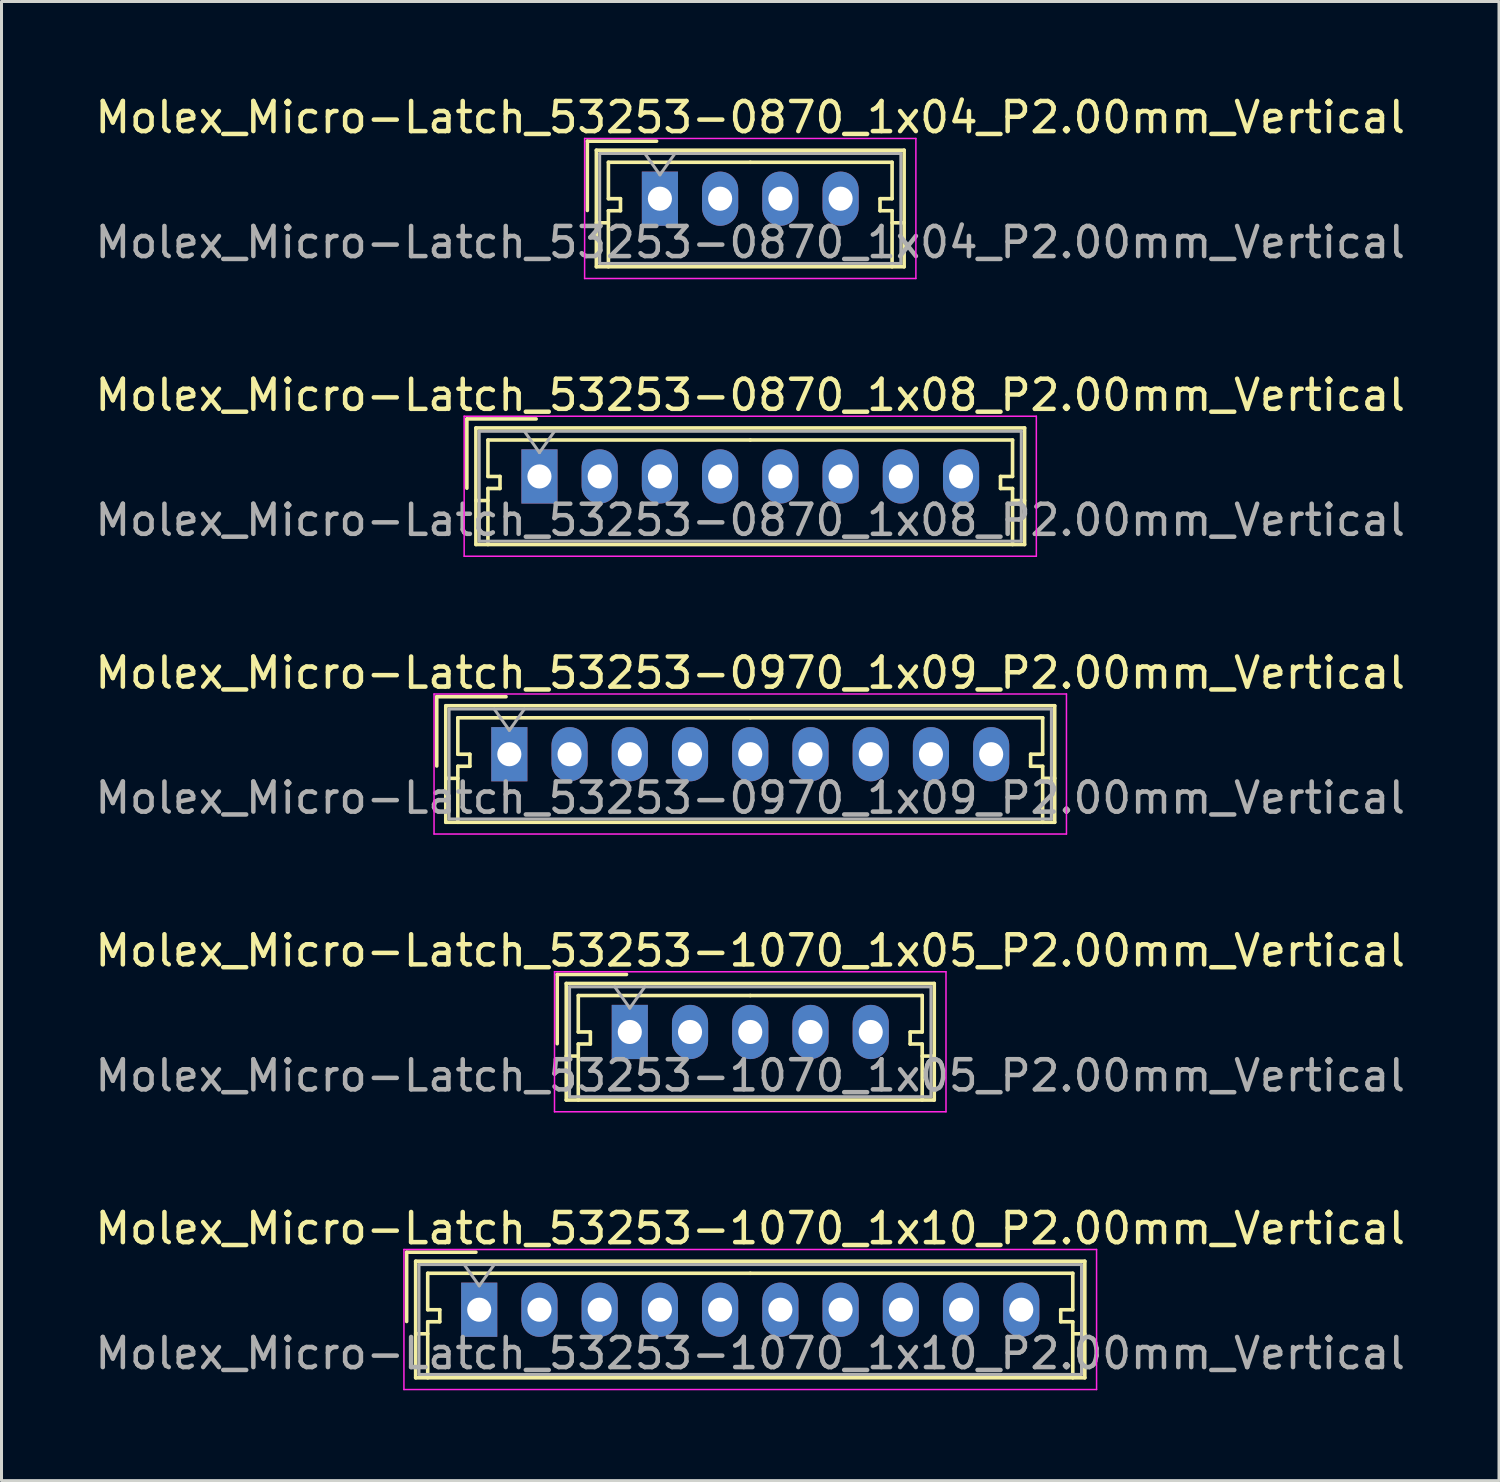
<source format=kicad_pcb>
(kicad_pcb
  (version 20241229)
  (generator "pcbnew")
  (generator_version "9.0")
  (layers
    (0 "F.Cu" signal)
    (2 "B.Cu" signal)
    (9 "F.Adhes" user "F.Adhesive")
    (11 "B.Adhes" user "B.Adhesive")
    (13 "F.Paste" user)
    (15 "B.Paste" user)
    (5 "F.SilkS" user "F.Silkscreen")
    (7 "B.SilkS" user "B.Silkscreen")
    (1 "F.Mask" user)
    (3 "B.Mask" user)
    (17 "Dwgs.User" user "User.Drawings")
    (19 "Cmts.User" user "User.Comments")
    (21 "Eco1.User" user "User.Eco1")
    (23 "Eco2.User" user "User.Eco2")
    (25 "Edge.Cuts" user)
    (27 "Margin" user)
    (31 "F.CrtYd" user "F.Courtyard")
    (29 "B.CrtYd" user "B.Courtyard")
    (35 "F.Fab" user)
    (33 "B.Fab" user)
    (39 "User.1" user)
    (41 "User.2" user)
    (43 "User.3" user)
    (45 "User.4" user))
  (footprint "Molex_Micro-Latch_53253-0970_1x09_P2.00mm_Vertical"
    (layer "F.Cu")
    (at 13.863 21.995)
    (property "Reference" "Molex_Micro-Latch_53253-0970_1x09_P2.00mm_Vertical" (at 8 -2.7 0) (layer "F.SilkS") (effects (font (size 1 1) (thickness 0.15))))
    (attr through_hole)
    (fp_line (start -2.41 -1.91) (end -2.41 0.39) (stroke (width 0.12) (type solid)) (layer "F.SilkS"))
    (fp_line (start -2.11 -1.61) (end -2.11 2.26) (stroke (width 0.12) (type solid)) (layer "F.SilkS"))
    (fp_line (start -2.11 0.8) (end -1.71 0.8) (stroke (width 0.12) (type solid)) (layer "F.SilkS"))
    (fp_line (start -2.11 2.26) (end 18.11 2.26) (stroke (width 0.12) (type solid)) (layer "F.SilkS"))
    (fp_line (start -1.71 -1.21) (end -1.71 0) (stroke (width 0.12) (type solid)) (layer "F.SilkS"))
    (fp_line (start -1.71 0) (end -1.31 0) (stroke (width 0.12) (type solid)) (layer "F.SilkS"))
    (fp_line (start -1.71 0.4) (end -1.71 2.26) (stroke (width 0.12) (type solid)) (layer "F.SilkS"))
    (fp_line (start -1.31 0) (end -1.31 0.4) (stroke (width 0.12) (type solid)) (layer "F.SilkS"))
    (fp_line (start -1.31 0.4) (end -1.71 0.4) (stroke (width 0.12) (type solid)) (layer "F.SilkS"))
    (fp_line (start -0.11 -1.91) (end -2.41 -1.91) (stroke (width 0.12) (type solid)) (layer "F.SilkS"))
    (fp_line (start 8 -1.21) (end -1.71 -1.21) (stroke (width 0.12) (type solid)) (layer "F.SilkS"))
    (fp_line (start 8 -1.21) (end 17.71 -1.21) (stroke (width 0.12) (type solid)) (layer "F.SilkS"))
    (fp_line (start 17.31 0) (end 17.31 0.4) (stroke (width 0.12) (type solid)) (layer "F.SilkS"))
    (fp_line (start 17.31 0.4) (end 17.71 0.4) (stroke (width 0.12) (type solid)) (layer "F.SilkS"))
    (fp_line (start 17.71 -1.21) (end 17.71 0) (stroke (width 0.12) (type solid)) (layer "F.SilkS"))
    (fp_line (start 17.71 0) (end 17.31 0) (stroke (width 0.12) (type solid)) (layer "F.SilkS"))
    (fp_line (start 17.71 0.4) (end 17.71 2.26) (stroke (width 0.12) (type solid)) (layer "F.SilkS"))
    (fp_line (start 18.11 -1.61) (end -2.11 -1.61) (stroke (width 0.12) (type solid)) (layer "F.SilkS"))
    (fp_line (start 18.11 0.8) (end 17.71 0.8) (stroke (width 0.12) (type solid)) (layer "F.SilkS"))
    (fp_line (start 18.11 2.26) (end 18.11 -1.61) (stroke (width 0.12) (type solid)) (layer "F.SilkS"))
    (fp_line (start -2.5 -2) (end -2.5 2.65) (stroke (width 0.05) (type solid)) (layer "F.CrtYd"))
    (fp_line (start -2.5 2.65) (end 18.5 2.65) (stroke (width 0.05) (type solid)) (layer "F.CrtYd"))
    (fp_line (start 18.5 -2) (end -2.5 -2) (stroke (width 0.05) (type solid)) (layer "F.CrtYd"))
    (fp_line (start 18.5 2.65) (end 18.5 -2) (stroke (width 0.05) (type solid)) (layer "F.CrtYd"))
    (fp_line (start -2 -1.5) (end -2 2.15) (stroke (width 0.1) (type solid)) (layer "F.Fab"))
    (fp_line (start -2 2.15) (end 18 2.15) (stroke (width 0.1) (type solid)) (layer "F.Fab"))
    (fp_line (start -0.5 -1.5) (end 0 -0.793) (stroke (width 0.1) (type solid)) (layer "F.Fab"))
    (fp_line (start 0 -0.793) (end 0.5 -1.5) (stroke (width 0.1) (type solid)) (layer "F.Fab"))
    (fp_line (start 18 -1.5) (end -2 -1.5) (stroke (width 0.1) (type solid)) (layer "F.Fab"))
    (fp_line (start 18 2.15) (end 18 -1.5) (stroke (width 0.1) (type solid)) (layer "F.Fab"))
    (fp_text user "${REFERENCE}" (at 8 1.45 0) (layer "F.Fab") (effects (font (size 1 1) (thickness 0.15))))
    (pad "1" thru_hole rect (at 0 0) (size 1.2 1.8) (drill 0.8) (layers "*.Cu" "*.Mask"))
    (pad "2" thru_hole oval (at 2 0) (size 1.2 1.8) (drill 0.8) (layers "*.Cu" "*.Mask"))
    (pad "3" thru_hole oval (at 4 0) (size 1.2 1.8) (drill 0.8) (layers "*.Cu" "*.Mask"))
    (pad "4" thru_hole oval (at 6 0) (size 1.2 1.8) (drill 0.8) (layers "*.Cu" "*.Mask"))
    (pad "5" thru_hole oval (at 8 0) (size 1.2 1.8) (drill 0.8) (layers "*.Cu" "*.Mask"))
    (pad "6" thru_hole oval (at 10 0) (size 1.2 1.8) (drill 0.8) (layers "*.Cu" "*.Mask"))
    (pad "7" thru_hole oval (at 12 0) (size 1.2 1.8) (drill 0.8) (layers "*.Cu" "*.Mask"))
    (pad "8" thru_hole oval (at 14 0) (size 1.2 1.8) (drill 0.8) (layers "*.Cu" "*.Mask"))
    (pad "9" thru_hole oval (at 16 0) (size 1.2 1.8) (drill 0.8) (layers "*.Cu" "*.Mask")))
  (footprint "Molex_Micro-Latch_53253-0870_1x04_P2.00mm_Vertical"
    (layer "F.Cu")
    (at 18.863 3.548)
    (property "Reference" "Molex_Micro-Latch_53253-0870_1x04_P2.00mm_Vertical" (at 3 -2.7 0) (layer "F.SilkS") (effects (font (size 1 1) (thickness 0.15))))
    (attr through_hole)
    (fp_line (start -2.41 -1.91) (end -2.41 0.39) (stroke (width 0.12) (type solid)) (layer "F.SilkS"))
    (fp_line (start -2.11 -1.61) (end -2.11 2.26) (stroke (width 0.12) (type solid)) (layer "F.SilkS"))
    (fp_line (start -2.11 0.8) (end -1.71 0.8) (stroke (width 0.12) (type solid)) (layer "F.SilkS"))
    (fp_line (start -2.11 2.26) (end 8.11 2.26) (stroke (width 0.12) (type solid)) (layer "F.SilkS"))
    (fp_line (start -1.71 -1.21) (end -1.71 0) (stroke (width 0.12) (type solid)) (layer "F.SilkS"))
    (fp_line (start -1.71 0) (end -1.31 0) (stroke (width 0.12) (type solid)) (layer "F.SilkS"))
    (fp_line (start -1.71 0.4) (end -1.71 2.26) (stroke (width 0.12) (type solid)) (layer "F.SilkS"))
    (fp_line (start -1.31 0) (end -1.31 0.4) (stroke (width 0.12) (type solid)) (layer "F.SilkS"))
    (fp_line (start -1.31 0.4) (end -1.71 0.4) (stroke (width 0.12) (type solid)) (layer "F.SilkS"))
    (fp_line (start -0.11 -1.91) (end -2.41 -1.91) (stroke (width 0.12) (type solid)) (layer "F.SilkS"))
    (fp_line (start 3 -1.21) (end -1.71 -1.21) (stroke (width 0.12) (type solid)) (layer "F.SilkS"))
    (fp_line (start 3 -1.21) (end 7.71 -1.21) (stroke (width 0.12) (type solid)) (layer "F.SilkS"))
    (fp_line (start 7.31 0) (end 7.31 0.4) (stroke (width 0.12) (type solid)) (layer "F.SilkS"))
    (fp_line (start 7.31 0.4) (end 7.71 0.4) (stroke (width 0.12) (type solid)) (layer "F.SilkS"))
    (fp_line (start 7.71 -1.21) (end 7.71 0) (stroke (width 0.12) (type solid)) (layer "F.SilkS"))
    (fp_line (start 7.71 0) (end 7.31 0) (stroke (width 0.12) (type solid)) (layer "F.SilkS"))
    (fp_line (start 7.71 0.4) (end 7.71 2.26) (stroke (width 0.12) (type solid)) (layer "F.SilkS"))
    (fp_line (start 8.11 -1.61) (end -2.11 -1.61) (stroke (width 0.12) (type solid)) (layer "F.SilkS"))
    (fp_line (start 8.11 0.8) (end 7.71 0.8) (stroke (width 0.12) (type solid)) (layer "F.SilkS"))
    (fp_line (start 8.11 2.26) (end 8.11 -1.61) (stroke (width 0.12) (type solid)) (layer "F.SilkS"))
    (fp_line (start -2.5 -2) (end -2.5 2.65) (stroke (width 0.05) (type solid)) (layer "F.CrtYd"))
    (fp_line (start -2.5 2.65) (end 8.5 2.65) (stroke (width 0.05) (type solid)) (layer "F.CrtYd"))
    (fp_line (start 8.5 -2) (end -2.5 -2) (stroke (width 0.05) (type solid)) (layer "F.CrtYd"))
    (fp_line (start 8.5 2.65) (end 8.5 -2) (stroke (width 0.05) (type solid)) (layer "F.CrtYd"))
    (fp_line (start -2 -1.5) (end -2 2.15) (stroke (width 0.1) (type solid)) (layer "F.Fab"))
    (fp_line (start -2 2.15) (end 8 2.15) (stroke (width 0.1) (type solid)) (layer "F.Fab"))
    (fp_line (start -0.5 -1.5) (end 0 -0.793) (stroke (width 0.1) (type solid)) (layer "F.Fab"))
    (fp_line (start 0 -0.793) (end 0.5 -1.5) (stroke (width 0.1) (type solid)) (layer "F.Fab"))
    (fp_line (start 8 -1.5) (end -2 -1.5) (stroke (width 0.1) (type solid)) (layer "F.Fab"))
    (fp_line (start 8 2.15) (end 8 -1.5) (stroke (width 0.1) (type solid)) (layer "F.Fab"))
    (fp_text user "${REFERENCE}" (at 3 1.45 0) (layer "F.Fab") (effects (font (size 1 1) (thickness 0.15))))
    (pad "1" thru_hole rect (at 0 0) (size 1.2 1.8) (drill 0.8) (layers "*.Cu" "*.Mask"))
    (pad "2" thru_hole oval (at 2 0) (size 1.2 1.8) (drill 0.8) (layers "*.Cu" "*.Mask"))
    (pad "3" thru_hole oval (at 4 0) (size 1.2 1.8) (drill 0.8) (layers "*.Cu" "*.Mask"))
    (pad "4" thru_hole oval (at 6 0) (size 1.2 1.8) (drill 0.8) (layers "*.Cu" "*.Mask")))
  (footprint "Molex_Micro-Latch_53253-0870_1x08_P2.00mm_Vertical"
    (layer "F.Cu")
    (at 14.863 12.771)
    (property "Reference" "Molex_Micro-Latch_53253-0870_1x08_P2.00mm_Vertical" (at 7 -2.7 0) (layer "F.SilkS") (effects (font (size 1 1) (thickness 0.15))))
    (attr through_hole)
    (fp_line (start -2.41 -1.91) (end -2.41 0.39) (stroke (width 0.12) (type solid)) (layer "F.SilkS"))
    (fp_line (start -2.11 -1.61) (end -2.11 2.26) (stroke (width 0.12) (type solid)) (layer "F.SilkS"))
    (fp_line (start -2.11 0.8) (end -1.71 0.8) (stroke (width 0.12) (type solid)) (layer "F.SilkS"))
    (fp_line (start -2.11 2.26) (end 16.11 2.26) (stroke (width 0.12) (type solid)) (layer "F.SilkS"))
    (fp_line (start -1.71 -1.21) (end -1.71 0) (stroke (width 0.12) (type solid)) (layer "F.SilkS"))
    (fp_line (start -1.71 0) (end -1.31 0) (stroke (width 0.12) (type solid)) (layer "F.SilkS"))
    (fp_line (start -1.71 0.4) (end -1.71 2.26) (stroke (width 0.12) (type solid)) (layer "F.SilkS"))
    (fp_line (start -1.31 0) (end -1.31 0.4) (stroke (width 0.12) (type solid)) (layer "F.SilkS"))
    (fp_line (start -1.31 0.4) (end -1.71 0.4) (stroke (width 0.12) (type solid)) (layer "F.SilkS"))
    (fp_line (start -0.11 -1.91) (end -2.41 -1.91) (stroke (width 0.12) (type solid)) (layer "F.SilkS"))
    (fp_line (start 7 -1.21) (end -1.71 -1.21) (stroke (width 0.12) (type solid)) (layer "F.SilkS"))
    (fp_line (start 7 -1.21) (end 15.71 -1.21) (stroke (width 0.12) (type solid)) (layer "F.SilkS"))
    (fp_line (start 15.31 0) (end 15.31 0.4) (stroke (width 0.12) (type solid)) (layer "F.SilkS"))
    (fp_line (start 15.31 0.4) (end 15.71 0.4) (stroke (width 0.12) (type solid)) (layer "F.SilkS"))
    (fp_line (start 15.71 -1.21) (end 15.71 0) (stroke (width 0.12) (type solid)) (layer "F.SilkS"))
    (fp_line (start 15.71 0) (end 15.31 0) (stroke (width 0.12) (type solid)) (layer "F.SilkS"))
    (fp_line (start 15.71 0.4) (end 15.71 2.26) (stroke (width 0.12) (type solid)) (layer "F.SilkS"))
    (fp_line (start 16.11 -1.61) (end -2.11 -1.61) (stroke (width 0.12) (type solid)) (layer "F.SilkS"))
    (fp_line (start 16.11 0.8) (end 15.71 0.8) (stroke (width 0.12) (type solid)) (layer "F.SilkS"))
    (fp_line (start 16.11 2.26) (end 16.11 -1.61) (stroke (width 0.12) (type solid)) (layer "F.SilkS"))
    (fp_line (start -2.5 -2) (end -2.5 2.65) (stroke (width 0.05) (type solid)) (layer "F.CrtYd"))
    (fp_line (start -2.5 2.65) (end 16.5 2.65) (stroke (width 0.05) (type solid)) (layer "F.CrtYd"))
    (fp_line (start 16.5 -2) (end -2.5 -2) (stroke (width 0.05) (type solid)) (layer "F.CrtYd"))
    (fp_line (start 16.5 2.65) (end 16.5 -2) (stroke (width 0.05) (type solid)) (layer "F.CrtYd"))
    (fp_line (start -2 -1.5) (end -2 2.15) (stroke (width 0.1) (type solid)) (layer "F.Fab"))
    (fp_line (start -2 2.15) (end 16 2.15) (stroke (width 0.1) (type solid)) (layer "F.Fab"))
    (fp_line (start -0.5 -1.5) (end 0 -0.793) (stroke (width 0.1) (type solid)) (layer "F.Fab"))
    (fp_line (start 0 -0.793) (end 0.5 -1.5) (stroke (width 0.1) (type solid)) (layer "F.Fab"))
    (fp_line (start 16 -1.5) (end -2 -1.5) (stroke (width 0.1) (type solid)) (layer "F.Fab"))
    (fp_line (start 16 2.15) (end 16 -1.5) (stroke (width 0.1) (type solid)) (layer "F.Fab"))
    (fp_text user "${REFERENCE}" (at 7 1.45 0) (layer "F.Fab") (effects (font (size 1 1) (thickness 0.15))))
    (pad "1" thru_hole rect (at 0 0) (size 1.2 1.8) (drill 0.8) (layers "*.Cu" "*.Mask"))
    (pad "2" thru_hole oval (at 2 0) (size 1.2 1.8) (drill 0.8) (layers "*.Cu" "*.Mask"))
    (pad "3" thru_hole oval (at 4 0) (size 1.2 1.8) (drill 0.8) (layers "*.Cu" "*.Mask"))
    (pad "4" thru_hole oval (at 6 0) (size 1.2 1.8) (drill 0.8) (layers "*.Cu" "*.Mask"))
    (pad "5" thru_hole oval (at 8 0) (size 1.2 1.8) (drill 0.8) (layers "*.Cu" "*.Mask"))
    (pad "6" thru_hole oval (at 10 0) (size 1.2 1.8) (drill 0.8) (layers "*.Cu" "*.Mask"))
    (pad "7" thru_hole oval (at 12 0) (size 1.2 1.8) (drill 0.8) (layers "*.Cu" "*.Mask"))
    (pad "8" thru_hole oval (at 14 0) (size 1.2 1.8) (drill 0.8) (layers "*.Cu" "*.Mask")))
  (footprint "Molex_Micro-Latch_53253-1070_1x10_P2.00mm_Vertical"
    (layer "F.Cu")
    (at 12.863 40.441)
    (property "Reference" "Molex_Micro-Latch_53253-1070_1x10_P2.00mm_Vertical" (at 9 -2.7 0) (layer "F.SilkS") (effects (font (size 1 1) (thickness 0.15))))
    (attr through_hole)
    (fp_line (start -2.41 -1.91) (end -2.41 0.39) (stroke (width 0.12) (type solid)) (layer "F.SilkS"))
    (fp_line (start -2.11 -1.61) (end -2.11 2.26) (stroke (width 0.12) (type solid)) (layer "F.SilkS"))
    (fp_line (start -2.11 0.8) (end -1.71 0.8) (stroke (width 0.12) (type solid)) (layer "F.SilkS"))
    (fp_line (start -2.11 2.26) (end 20.11 2.26) (stroke (width 0.12) (type solid)) (layer "F.SilkS"))
    (fp_line (start -1.71 -1.21) (end -1.71 0) (stroke (width 0.12) (type solid)) (layer "F.SilkS"))
    (fp_line (start -1.71 0) (end -1.31 0) (stroke (width 0.12) (type solid)) (layer "F.SilkS"))
    (fp_line (start -1.71 0.4) (end -1.71 2.26) (stroke (width 0.12) (type solid)) (layer "F.SilkS"))
    (fp_line (start -1.31 0) (end -1.31 0.4) (stroke (width 0.12) (type solid)) (layer "F.SilkS"))
    (fp_line (start -1.31 0.4) (end -1.71 0.4) (stroke (width 0.12) (type solid)) (layer "F.SilkS"))
    (fp_line (start -0.11 -1.91) (end -2.41 -1.91) (stroke (width 0.12) (type solid)) (layer "F.SilkS"))
    (fp_line (start 9 -1.21) (end -1.71 -1.21) (stroke (width 0.12) (type solid)) (layer "F.SilkS"))
    (fp_line (start 9 -1.21) (end 19.71 -1.21) (stroke (width 0.12) (type solid)) (layer "F.SilkS"))
    (fp_line (start 19.31 0) (end 19.31 0.4) (stroke (width 0.12) (type solid)) (layer "F.SilkS"))
    (fp_line (start 19.31 0.4) (end 19.71 0.4) (stroke (width 0.12) (type solid)) (layer "F.SilkS"))
    (fp_line (start 19.71 -1.21) (end 19.71 0) (stroke (width 0.12) (type solid)) (layer "F.SilkS"))
    (fp_line (start 19.71 0) (end 19.31 0) (stroke (width 0.12) (type solid)) (layer "F.SilkS"))
    (fp_line (start 19.71 0.4) (end 19.71 2.26) (stroke (width 0.12) (type solid)) (layer "F.SilkS"))
    (fp_line (start 20.11 -1.61) (end -2.11 -1.61) (stroke (width 0.12) (type solid)) (layer "F.SilkS"))
    (fp_line (start 20.11 0.8) (end 19.71 0.8) (stroke (width 0.12) (type solid)) (layer "F.SilkS"))
    (fp_line (start 20.11 2.26) (end 20.11 -1.61) (stroke (width 0.12) (type solid)) (layer "F.SilkS"))
    (fp_line (start -2.5 -2) (end -2.5 2.65) (stroke (width 0.05) (type solid)) (layer "F.CrtYd"))
    (fp_line (start -2.5 2.65) (end 20.5 2.65) (stroke (width 0.05) (type solid)) (layer "F.CrtYd"))
    (fp_line (start 20.5 -2) (end -2.5 -2) (stroke (width 0.05) (type solid)) (layer "F.CrtYd"))
    (fp_line (start 20.5 2.65) (end 20.5 -2) (stroke (width 0.05) (type solid)) (layer "F.CrtYd"))
    (fp_line (start -2 -1.5) (end -2 2.15) (stroke (width 0.1) (type solid)) (layer "F.Fab"))
    (fp_line (start -2 2.15) (end 20 2.15) (stroke (width 0.1) (type solid)) (layer "F.Fab"))
    (fp_line (start -0.5 -1.5) (end 0 -0.793) (stroke (width 0.1) (type solid)) (layer "F.Fab"))
    (fp_line (start 0 -0.793) (end 0.5 -1.5) (stroke (width 0.1) (type solid)) (layer "F.Fab"))
    (fp_line (start 20 -1.5) (end -2 -1.5) (stroke (width 0.1) (type solid)) (layer "F.Fab"))
    (fp_line (start 20 2.15) (end 20 -1.5) (stroke (width 0.1) (type solid)) (layer "F.Fab"))
    (fp_text user "${REFERENCE}" (at 9 1.45 0) (layer "F.Fab") (effects (font (size 1 1) (thickness 0.15))))
    (pad "1" thru_hole rect (at 0 0) (size 1.2 1.8) (drill 0.8) (layers "*.Cu" "*.Mask"))
    (pad "2" thru_hole oval (at 2 0) (size 1.2 1.8) (drill 0.8) (layers "*.Cu" "*.Mask"))
    (pad "3" thru_hole oval (at 4 0) (size 1.2 1.8) (drill 0.8) (layers "*.Cu" "*.Mask"))
    (pad "4" thru_hole oval (at 6 0) (size 1.2 1.8) (drill 0.8) (layers "*.Cu" "*.Mask"))
    (pad "5" thru_hole oval (at 8 0) (size 1.2 1.8) (drill 0.8) (layers "*.Cu" "*.Mask"))
    (pad "6" thru_hole oval (at 10 0) (size 1.2 1.8) (drill 0.8) (layers "*.Cu" "*.Mask"))
    (pad "7" thru_hole oval (at 12 0) (size 1.2 1.8) (drill 0.8) (layers "*.Cu" "*.Mask"))
    (pad "8" thru_hole oval (at 14 0) (size 1.2 1.8) (drill 0.8) (layers "*.Cu" "*.Mask"))
    (pad "9" thru_hole oval (at 16 0) (size 1.2 1.8) (drill 0.8) (layers "*.Cu" "*.Mask"))
    (pad "10" thru_hole oval (at 18 0) (size 1.2 1.8) (drill 0.8) (layers "*.Cu" "*.Mask")))
  (footprint "Molex_Micro-Latch_53253-1070_1x05_P2.00mm_Vertical"
    (layer "F.Cu")
    (at 17.863 31.218)
    (property "Reference" "Molex_Micro-Latch_53253-1070_1x05_P2.00mm_Vertical" (at 4 -2.7 0) (layer "F.SilkS") (effects (font (size 1 1) (thickness 0.15))))
    (attr through_hole)
    (fp_line (start -2.41 -1.91) (end -2.41 0.39) (stroke (width 0.12) (type solid)) (layer "F.SilkS"))
    (fp_line (start -2.11 -1.61) (end -2.11 2.26) (stroke (width 0.12) (type solid)) (layer "F.SilkS"))
    (fp_line (start -2.11 0.8) (end -1.71 0.8) (stroke (width 0.12) (type solid)) (layer "F.SilkS"))
    (fp_line (start -2.11 2.26) (end 10.11 2.26) (stroke (width 0.12) (type solid)) (layer "F.SilkS"))
    (fp_line (start -1.71 -1.21) (end -1.71 0) (stroke (width 0.12) (type solid)) (layer "F.SilkS"))
    (fp_line (start -1.71 0) (end -1.31 0) (stroke (width 0.12) (type solid)) (layer "F.SilkS"))
    (fp_line (start -1.71 0.4) (end -1.71 2.26) (stroke (width 0.12) (type solid)) (layer "F.SilkS"))
    (fp_line (start -1.31 0) (end -1.31 0.4) (stroke (width 0.12) (type solid)) (layer "F.SilkS"))
    (fp_line (start -1.31 0.4) (end -1.71 0.4) (stroke (width 0.12) (type solid)) (layer "F.SilkS"))
    (fp_line (start -0.11 -1.91) (end -2.41 -1.91) (stroke (width 0.12) (type solid)) (layer "F.SilkS"))
    (fp_line (start 4 -1.21) (end -1.71 -1.21) (stroke (width 0.12) (type solid)) (layer "F.SilkS"))
    (fp_line (start 4 -1.21) (end 9.71 -1.21) (stroke (width 0.12) (type solid)) (layer "F.SilkS"))
    (fp_line (start 9.31 0) (end 9.31 0.4) (stroke (width 0.12) (type solid)) (layer "F.SilkS"))
    (fp_line (start 9.31 0.4) (end 9.71 0.4) (stroke (width 0.12) (type solid)) (layer "F.SilkS"))
    (fp_line (start 9.71 -1.21) (end 9.71 0) (stroke (width 0.12) (type solid)) (layer "F.SilkS"))
    (fp_line (start 9.71 0) (end 9.31 0) (stroke (width 0.12) (type solid)) (layer "F.SilkS"))
    (fp_line (start 9.71 0.4) (end 9.71 2.26) (stroke (width 0.12) (type solid)) (layer "F.SilkS"))
    (fp_line (start 10.11 -1.61) (end -2.11 -1.61) (stroke (width 0.12) (type solid)) (layer "F.SilkS"))
    (fp_line (start 10.11 0.8) (end 9.71 0.8) (stroke (width 0.12) (type solid)) (layer "F.SilkS"))
    (fp_line (start 10.11 2.26) (end 10.11 -1.61) (stroke (width 0.12) (type solid)) (layer "F.SilkS"))
    (fp_line (start -2.5 -2) (end -2.5 2.65) (stroke (width 0.05) (type solid)) (layer "F.CrtYd"))
    (fp_line (start -2.5 2.65) (end 10.5 2.65) (stroke (width 0.05) (type solid)) (layer "F.CrtYd"))
    (fp_line (start 10.5 -2) (end -2.5 -2) (stroke (width 0.05) (type solid)) (layer "F.CrtYd"))
    (fp_line (start 10.5 2.65) (end 10.5 -2) (stroke (width 0.05) (type solid)) (layer "F.CrtYd"))
    (fp_line (start -2 -1.5) (end -2 2.15) (stroke (width 0.1) (type solid)) (layer "F.Fab"))
    (fp_line (start -2 2.15) (end 10 2.15) (stroke (width 0.1) (type solid)) (layer "F.Fab"))
    (fp_line (start -0.5 -1.5) (end 0 -0.793) (stroke (width 0.1) (type solid)) (layer "F.Fab"))
    (fp_line (start 0 -0.793) (end 0.5 -1.5) (stroke (width 0.1) (type solid)) (layer "F.Fab"))
    (fp_line (start 10 -1.5) (end -2 -1.5) (stroke (width 0.1) (type solid)) (layer "F.Fab"))
    (fp_line (start 10 2.15) (end 10 -1.5) (stroke (width 0.1) (type solid)) (layer "F.Fab"))
    (fp_text user "${REFERENCE}" (at 4 1.45 0) (layer "F.Fab") (effects (font (size 1 1) (thickness 0.15))))
    (pad "1" thru_hole rect (at 0 0) (size 1.2 1.8) (drill 0.8) (layers "*.Cu" "*.Mask"))
    (pad "2" thru_hole oval (at 2 0) (size 1.2 1.8) (drill 0.8) (layers "*.Cu" "*.Mask"))
    (pad "3" thru_hole oval (at 4 0) (size 1.2 1.8) (drill 0.8) (layers "*.Cu" "*.Mask"))
    (pad "4" thru_hole oval (at 6 0) (size 1.2 1.8) (drill 0.8) (layers "*.Cu" "*.Mask"))
    (pad "5" thru_hole oval (at 8 0) (size 1.2 1.8) (drill 0.8) (layers "*.Cu" "*.Mask")))
  (gr_rect
    (start -3 -3)
    (end 46.726 46.116)
    (stroke (width 0.1) (type default))
    (fill no)
    (layer "Edge.Cuts")))
</source>
